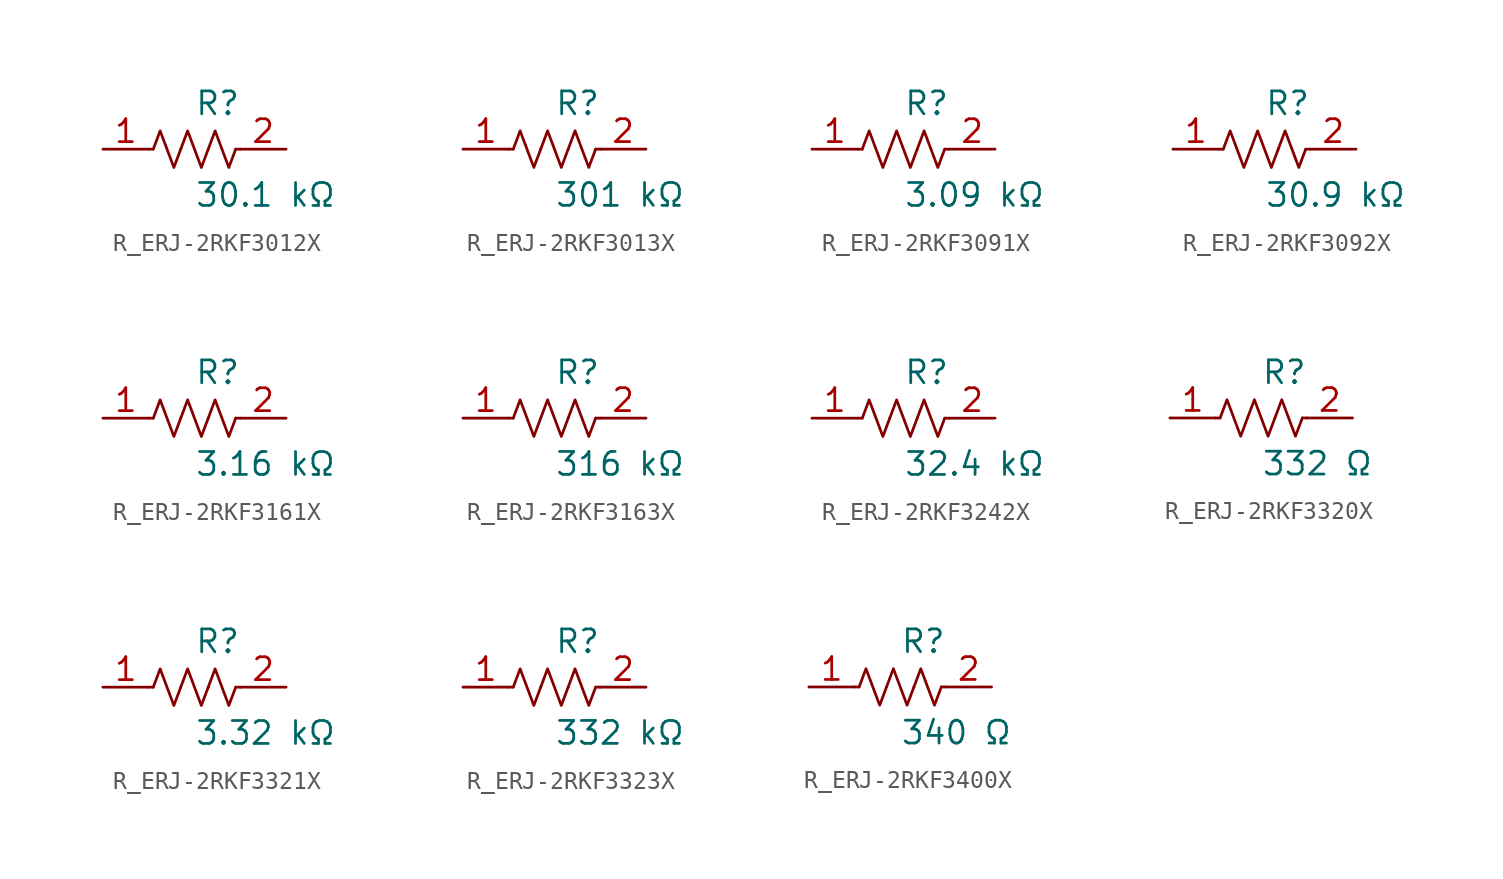
<source format=kicad_sym>
(kicad_symbol_lib
  (version 20231120)
  (generator kicad_symbol_editor)
  (generator_version 8.0)
  (symbol "R_ERJ-2RKF3012X"
    (pin_names
      (offset 0.254))
    (property "Reference" "R"
      (at 0.0 2.54 0)
      (effects (font (size 1.27 1.27)) (justify left)))
    (property "Value" "30.1 kΩ"
      (at 0.0 -2.54 0)
      (effects (font (size 1.27 1.27)) (justify left)))
    (symbol "R_ERJ-2RKF3012X_0_1"
      (polyline (pts (xy 2.286 0) (xy 2.54 0)) (stroke (width 0) (type default)) (fill (type none)))
      (polyline (pts (xy -2.286 0) (xy -2.54 0)) (stroke (width 0) (type default)) (fill (type none)))
      (polyline (pts (xy 0.762 0) (xy 1.143 1.016) (xy 1.524 0) (xy 1.905 -1.016) (xy 2.286 0)) (stroke (width 0) (type default)) (fill (type none)))
      (polyline (pts (xy -0.762 0) (xy -0.381 1.016) (xy 0 0) (xy 0.381 -1.016) (xy 0.762 0)) (stroke (width 0) (type default)) (fill (type none)))
      (polyline (pts (xy -2.286 0) (xy -1.905 1.016) (xy -1.524 0) (xy -1.143 -1.016) (xy -0.762 0)) (stroke (width 0) (type default)) (fill (type none))))
    (pin unspecified line
      (at -5.08 0 0)
      (length 2.54)
      (name "" (effects (font (size 1.27 1.27))))
      (number "1" (effects (font (size 1.27 1.27)))))
    (pin unspecified line
      (at 5.08 0 180)
      (length 2.54)
      (name "" (effects (font (size 1.27 1.27))))
      (number "2" (effects (font (size 1.27 1.27))))))
  (symbol "R_ERJ-2RKF3013X"
    (pin_names
      (offset 0.254))
    (property "Reference" "R"
      (at 0.0 2.54 0)
      (effects (font (size 1.27 1.27)) (justify left)))
    (property "Value" "301 kΩ"
      (at 0.0 -2.54 0)
      (effects (font (size 1.27 1.27)) (justify left)))
    (symbol "R_ERJ-2RKF3013X_0_1"
      (polyline (pts (xy 2.286 0) (xy 2.54 0)) (stroke (width 0) (type default)) (fill (type none)))
      (polyline (pts (xy -2.286 0) (xy -2.54 0)) (stroke (width 0) (type default)) (fill (type none)))
      (polyline (pts (xy 0.762 0) (xy 1.143 1.016) (xy 1.524 0) (xy 1.905 -1.016) (xy 2.286 0)) (stroke (width 0) (type default)) (fill (type none)))
      (polyline (pts (xy -0.762 0) (xy -0.381 1.016) (xy 0 0) (xy 0.381 -1.016) (xy 0.762 0)) (stroke (width 0) (type default)) (fill (type none)))
      (polyline (pts (xy -2.286 0) (xy -1.905 1.016) (xy -1.524 0) (xy -1.143 -1.016) (xy -0.762 0)) (stroke (width 0) (type default)) (fill (type none))))
    (pin unspecified line
      (at -5.08 0 0)
      (length 2.54)
      (name "" (effects (font (size 1.27 1.27))))
      (number "1" (effects (font (size 1.27 1.27)))))
    (pin unspecified line
      (at 5.08 0 180)
      (length 2.54)
      (name "" (effects (font (size 1.27 1.27))))
      (number "2" (effects (font (size 1.27 1.27))))))
  (symbol "R_ERJ-2RKF3091X"
    (pin_names
      (offset 0.254))
    (property "Reference" "R"
      (at 0.0 2.54 0)
      (effects (font (size 1.27 1.27)) (justify left)))
    (property "Value" "3.09 kΩ"
      (at 0.0 -2.54 0)
      (effects (font (size 1.27 1.27)) (justify left)))
    (symbol "R_ERJ-2RKF3091X_0_1"
      (polyline (pts (xy 2.286 0) (xy 2.54 0)) (stroke (width 0) (type default)) (fill (type none)))
      (polyline (pts (xy -2.286 0) (xy -2.54 0)) (stroke (width 0) (type default)) (fill (type none)))
      (polyline (pts (xy 0.762 0) (xy 1.143 1.016) (xy 1.524 0) (xy 1.905 -1.016) (xy 2.286 0)) (stroke (width 0) (type default)) (fill (type none)))
      (polyline (pts (xy -0.762 0) (xy -0.381 1.016) (xy 0 0) (xy 0.381 -1.016) (xy 0.762 0)) (stroke (width 0) (type default)) (fill (type none)))
      (polyline (pts (xy -2.286 0) (xy -1.905 1.016) (xy -1.524 0) (xy -1.143 -1.016) (xy -0.762 0)) (stroke (width 0) (type default)) (fill (type none))))
    (pin unspecified line
      (at -5.08 0 0)
      (length 2.54)
      (name "" (effects (font (size 1.27 1.27))))
      (number "1" (effects (font (size 1.27 1.27)))))
    (pin unspecified line
      (at 5.08 0 180)
      (length 2.54)
      (name "" (effects (font (size 1.27 1.27))))
      (number "2" (effects (font (size 1.27 1.27))))))
  (symbol "R_ERJ-2RKF3092X"
    (pin_names
      (offset 0.254))
    (property "Reference" "R"
      (at 0.0 2.54 0)
      (effects (font (size 1.27 1.27)) (justify left)))
    (property "Value" "30.9 kΩ"
      (at 0.0 -2.54 0)
      (effects (font (size 1.27 1.27)) (justify left)))
    (symbol "R_ERJ-2RKF3092X_0_1"
      (polyline (pts (xy 2.286 0) (xy 2.54 0)) (stroke (width 0) (type default)) (fill (type none)))
      (polyline (pts (xy -2.286 0) (xy -2.54 0)) (stroke (width 0) (type default)) (fill (type none)))
      (polyline (pts (xy 0.762 0) (xy 1.143 1.016) (xy 1.524 0) (xy 1.905 -1.016) (xy 2.286 0)) (stroke (width 0) (type default)) (fill (type none)))
      (polyline (pts (xy -0.762 0) (xy -0.381 1.016) (xy 0 0) (xy 0.381 -1.016) (xy 0.762 0)) (stroke (width 0) (type default)) (fill (type none)))
      (polyline (pts (xy -2.286 0) (xy -1.905 1.016) (xy -1.524 0) (xy -1.143 -1.016) (xy -0.762 0)) (stroke (width 0) (type default)) (fill (type none))))
    (pin unspecified line
      (at -5.08 0 0)
      (length 2.54)
      (name "" (effects (font (size 1.27 1.27))))
      (number "1" (effects (font (size 1.27 1.27)))))
    (pin unspecified line
      (at 5.08 0 180)
      (length 2.54)
      (name "" (effects (font (size 1.27 1.27))))
      (number "2" (effects (font (size 1.27 1.27))))))
  (symbol "R_ERJ-2RKF3161X"
    (pin_names
      (offset 0.254))
    (property "Reference" "R"
      (at 0.0 2.54 0)
      (effects (font (size 1.27 1.27)) (justify left)))
    (property "Value" "3.16 kΩ"
      (at 0.0 -2.54 0)
      (effects (font (size 1.27 1.27)) (justify left)))
    (symbol "R_ERJ-2RKF3161X_0_1"
      (polyline (pts (xy 2.286 0) (xy 2.54 0)) (stroke (width 0) (type default)) (fill (type none)))
      (polyline (pts (xy -2.286 0) (xy -2.54 0)) (stroke (width 0) (type default)) (fill (type none)))
      (polyline (pts (xy 0.762 0) (xy 1.143 1.016) (xy 1.524 0) (xy 1.905 -1.016) (xy 2.286 0)) (stroke (width 0) (type default)) (fill (type none)))
      (polyline (pts (xy -0.762 0) (xy -0.381 1.016) (xy 0 0) (xy 0.381 -1.016) (xy 0.762 0)) (stroke (width 0) (type default)) (fill (type none)))
      (polyline (pts (xy -2.286 0) (xy -1.905 1.016) (xy -1.524 0) (xy -1.143 -1.016) (xy -0.762 0)) (stroke (width 0) (type default)) (fill (type none))))
    (pin unspecified line
      (at -5.08 0 0)
      (length 2.54)
      (name "" (effects (font (size 1.27 1.27))))
      (number "1" (effects (font (size 1.27 1.27)))))
    (pin unspecified line
      (at 5.08 0 180)
      (length 2.54)
      (name "" (effects (font (size 1.27 1.27))))
      (number "2" (effects (font (size 1.27 1.27))))))
  (symbol "R_ERJ-2RKF3163X"
    (pin_names
      (offset 0.254))
    (property "Reference" "R"
      (at 0.0 2.54 0)
      (effects (font (size 1.27 1.27)) (justify left)))
    (property "Value" "316 kΩ"
      (at 0.0 -2.54 0)
      (effects (font (size 1.27 1.27)) (justify left)))
    (symbol "R_ERJ-2RKF3163X_0_1"
      (polyline (pts (xy 2.286 0) (xy 2.54 0)) (stroke (width 0) (type default)) (fill (type none)))
      (polyline (pts (xy -2.286 0) (xy -2.54 0)) (stroke (width 0) (type default)) (fill (type none)))
      (polyline (pts (xy 0.762 0) (xy 1.143 1.016) (xy 1.524 0) (xy 1.905 -1.016) (xy 2.286 0)) (stroke (width 0) (type default)) (fill (type none)))
      (polyline (pts (xy -0.762 0) (xy -0.381 1.016) (xy 0 0) (xy 0.381 -1.016) (xy 0.762 0)) (stroke (width 0) (type default)) (fill (type none)))
      (polyline (pts (xy -2.286 0) (xy -1.905 1.016) (xy -1.524 0) (xy -1.143 -1.016) (xy -0.762 0)) (stroke (width 0) (type default)) (fill (type none))))
    (pin unspecified line
      (at -5.08 0 0)
      (length 2.54)
      (name "" (effects (font (size 1.27 1.27))))
      (number "1" (effects (font (size 1.27 1.27)))))
    (pin unspecified line
      (at 5.08 0 180)
      (length 2.54)
      (name "" (effects (font (size 1.27 1.27))))
      (number "2" (effects (font (size 1.27 1.27))))))
  (symbol "R_ERJ-2RKF3242X"
    (pin_names
      (offset 0.254))
    (property "Reference" "R"
      (at 0.0 2.54 0)
      (effects (font (size 1.27 1.27)) (justify left)))
    (property "Value" "32.4 kΩ"
      (at 0.0 -2.54 0)
      (effects (font (size 1.27 1.27)) (justify left)))
    (symbol "R_ERJ-2RKF3242X_0_1"
      (polyline (pts (xy 2.286 0) (xy 2.54 0)) (stroke (width 0) (type default)) (fill (type none)))
      (polyline (pts (xy -2.286 0) (xy -2.54 0)) (stroke (width 0) (type default)) (fill (type none)))
      (polyline (pts (xy 0.762 0) (xy 1.143 1.016) (xy 1.524 0) (xy 1.905 -1.016) (xy 2.286 0)) (stroke (width 0) (type default)) (fill (type none)))
      (polyline (pts (xy -0.762 0) (xy -0.381 1.016) (xy 0 0) (xy 0.381 -1.016) (xy 0.762 0)) (stroke (width 0) (type default)) (fill (type none)))
      (polyline (pts (xy -2.286 0) (xy -1.905 1.016) (xy -1.524 0) (xy -1.143 -1.016) (xy -0.762 0)) (stroke (width 0) (type default)) (fill (type none))))
    (pin unspecified line
      (at -5.08 0 0)
      (length 2.54)
      (name "" (effects (font (size 1.27 1.27))))
      (number "1" (effects (font (size 1.27 1.27)))))
    (pin unspecified line
      (at 5.08 0 180)
      (length 2.54)
      (name "" (effects (font (size 1.27 1.27))))
      (number "2" (effects (font (size 1.27 1.27))))))
  (symbol "R_ERJ-2RKF3320X"
    (pin_names
      (offset 0.254))
    (property "Reference" "R"
      (at 0.0 2.54 0)
      (effects (font (size 1.27 1.27)) (justify left)))
    (property "Value" "332 Ω"
      (at 0.0 -2.54 0)
      (effects (font (size 1.27 1.27)) (justify left)))
    (symbol "R_ERJ-2RKF3320X_0_1"
      (polyline (pts (xy 2.286 0) (xy 2.54 0)) (stroke (width 0) (type default)) (fill (type none)))
      (polyline (pts (xy -2.286 0) (xy -2.54 0)) (stroke (width 0) (type default)) (fill (type none)))
      (polyline (pts (xy 0.762 0) (xy 1.143 1.016) (xy 1.524 0) (xy 1.905 -1.016) (xy 2.286 0)) (stroke (width 0) (type default)) (fill (type none)))
      (polyline (pts (xy -0.762 0) (xy -0.381 1.016) (xy 0 0) (xy 0.381 -1.016) (xy 0.762 0)) (stroke (width 0) (type default)) (fill (type none)))
      (polyline (pts (xy -2.286 0) (xy -1.905 1.016) (xy -1.524 0) (xy -1.143 -1.016) (xy -0.762 0)) (stroke (width 0) (type default)) (fill (type none))))
    (pin unspecified line
      (at -5.08 0 0)
      (length 2.54)
      (name "" (effects (font (size 1.27 1.27))))
      (number "1" (effects (font (size 1.27 1.27)))))
    (pin unspecified line
      (at 5.08 0 180)
      (length 2.54)
      (name "" (effects (font (size 1.27 1.27))))
      (number "2" (effects (font (size 1.27 1.27))))))
  (symbol "R_ERJ-2RKF3321X"
    (pin_names
      (offset 0.254))
    (property "Reference" "R"
      (at 0.0 2.54 0)
      (effects (font (size 1.27 1.27)) (justify left)))
    (property "Value" "3.32 kΩ"
      (at 0.0 -2.54 0)
      (effects (font (size 1.27 1.27)) (justify left)))
    (symbol "R_ERJ-2RKF3321X_0_1"
      (polyline (pts (xy 2.286 0) (xy 2.54 0)) (stroke (width 0) (type default)) (fill (type none)))
      (polyline (pts (xy -2.286 0) (xy -2.54 0)) (stroke (width 0) (type default)) (fill (type none)))
      (polyline (pts (xy 0.762 0) (xy 1.143 1.016) (xy 1.524 0) (xy 1.905 -1.016) (xy 2.286 0)) (stroke (width 0) (type default)) (fill (type none)))
      (polyline (pts (xy -0.762 0) (xy -0.381 1.016) (xy 0 0) (xy 0.381 -1.016) (xy 0.762 0)) (stroke (width 0) (type default)) (fill (type none)))
      (polyline (pts (xy -2.286 0) (xy -1.905 1.016) (xy -1.524 0) (xy -1.143 -1.016) (xy -0.762 0)) (stroke (width 0) (type default)) (fill (type none))))
    (pin unspecified line
      (at -5.08 0 0)
      (length 2.54)
      (name "" (effects (font (size 1.27 1.27))))
      (number "1" (effects (font (size 1.27 1.27)))))
    (pin unspecified line
      (at 5.08 0 180)
      (length 2.54)
      (name "" (effects (font (size 1.27 1.27))))
      (number "2" (effects (font (size 1.27 1.27))))))
  (symbol "R_ERJ-2RKF3323X"
    (pin_names
      (offset 0.254))
    (property "Reference" "R"
      (at 0.0 2.54 0)
      (effects (font (size 1.27 1.27)) (justify left)))
    (property "Value" "332 kΩ"
      (at 0.0 -2.54 0)
      (effects (font (size 1.27 1.27)) (justify left)))
    (symbol "R_ERJ-2RKF3323X_0_1"
      (polyline (pts (xy 2.286 0) (xy 2.54 0)) (stroke (width 0) (type default)) (fill (type none)))
      (polyline (pts (xy -2.286 0) (xy -2.54 0)) (stroke (width 0) (type default)) (fill (type none)))
      (polyline (pts (xy 0.762 0) (xy 1.143 1.016) (xy 1.524 0) (xy 1.905 -1.016) (xy 2.286 0)) (stroke (width 0) (type default)) (fill (type none)))
      (polyline (pts (xy -0.762 0) (xy -0.381 1.016) (xy 0 0) (xy 0.381 -1.016) (xy 0.762 0)) (stroke (width 0) (type default)) (fill (type none)))
      (polyline (pts (xy -2.286 0) (xy -1.905 1.016) (xy -1.524 0) (xy -1.143 -1.016) (xy -0.762 0)) (stroke (width 0) (type default)) (fill (type none))))
    (pin unspecified line
      (at -5.08 0 0)
      (length 2.54)
      (name "" (effects (font (size 1.27 1.27))))
      (number "1" (effects (font (size 1.27 1.27)))))
    (pin unspecified line
      (at 5.08 0 180)
      (length 2.54)
      (name "" (effects (font (size 1.27 1.27))))
      (number "2" (effects (font (size 1.27 1.27))))))
  (symbol "R_ERJ-2RKF3400X"
    (pin_names
      (offset 0.254))
    (property "Reference" "R"
      (at 0.0 2.54 0)
      (effects (font (size 1.27 1.27)) (justify left)))
    (property "Value" "340 Ω"
      (at 0.0 -2.54 0)
      (effects (font (size 1.27 1.27)) (justify left)))
    (symbol "R_ERJ-2RKF3400X_0_1"
      (polyline (pts (xy 2.286 0) (xy 2.54 0)) (stroke (width 0) (type default)) (fill (type none)))
      (polyline (pts (xy -2.286 0) (xy -2.54 0)) (stroke (width 0) (type default)) (fill (type none)))
      (polyline (pts (xy 0.762 0) (xy 1.143 1.016) (xy 1.524 0) (xy 1.905 -1.016) (xy 2.286 0)) (stroke (width 0) (type default)) (fill (type none)))
      (polyline (pts (xy -0.762 0) (xy -0.381 1.016) (xy 0 0) (xy 0.381 -1.016) (xy 0.762 0)) (stroke (width 0) (type default)) (fill (type none)))
      (polyline (pts (xy -2.286 0) (xy -1.905 1.016) (xy -1.524 0) (xy -1.143 -1.016) (xy -0.762 0)) (stroke (width 0) (type default)) (fill (type none))))
    (pin unspecified line
      (at -5.08 0 0)
      (length 2.54)
      (name "" (effects (font (size 1.27 1.27))))
      (number "1" (effects (font (size 1.27 1.27)))))
    (pin unspecified line
      (at 5.08 0 180)
      (length 2.54)
      (name "" (effects (font (size 1.27 1.27))))
      (number "2" (effects (font (size 1.27 1.27)))))))
</source>
